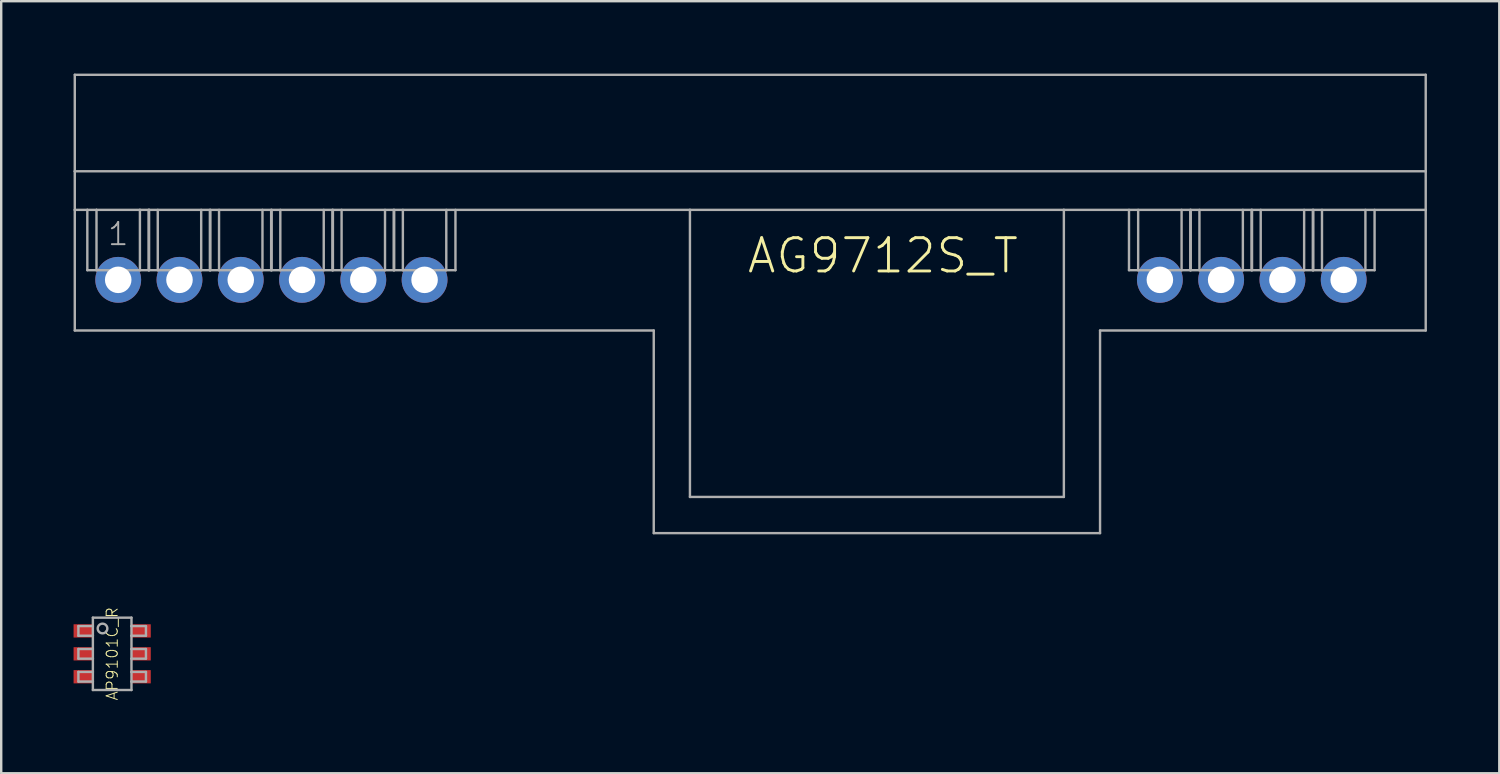
<source format=kicad_pcb>
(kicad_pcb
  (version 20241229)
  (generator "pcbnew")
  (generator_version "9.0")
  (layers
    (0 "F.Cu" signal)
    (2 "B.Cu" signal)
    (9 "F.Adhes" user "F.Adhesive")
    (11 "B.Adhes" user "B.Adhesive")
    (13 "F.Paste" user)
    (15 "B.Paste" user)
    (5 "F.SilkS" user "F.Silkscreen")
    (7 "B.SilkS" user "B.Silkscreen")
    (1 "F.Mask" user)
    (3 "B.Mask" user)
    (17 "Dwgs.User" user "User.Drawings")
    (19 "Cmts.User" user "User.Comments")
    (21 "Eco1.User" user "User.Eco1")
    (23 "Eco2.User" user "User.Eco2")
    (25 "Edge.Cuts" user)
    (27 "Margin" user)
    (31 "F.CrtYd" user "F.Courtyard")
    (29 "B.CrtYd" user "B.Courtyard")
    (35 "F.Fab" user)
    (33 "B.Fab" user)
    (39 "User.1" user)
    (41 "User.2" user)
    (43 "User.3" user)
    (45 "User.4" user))
  (footprint "AG9712S_T"
    (layer "F.Cu")
    (at 28.05 8.55)
    (property "Reference" "AG9712S_T" (at 5.5 -1 0) (unlocked yes) (layer "F.SilkS") (effects (font (size 1.38 1.38) (thickness 0.12))))
    (fp_line (start -28 -8.5) (end 28 -8.5) (stroke (width 0.1) (type solid)) (layer "F.Fab"))
    (fp_line (start -28 -4.5) (end -28 -8.5) (stroke (width 0.1) (type solid)) (layer "F.Fab"))
    (fp_line (start -28 -4.5) (end 28 -4.5) (stroke (width 0.1) (type solid)) (layer "F.Fab"))
    (fp_line (start -28 -2.9) (end -28 -4.5) (stroke (width 0.1) (type solid)) (layer "F.Fab"))
    (fp_line (start -28 -2.9) (end -27.48 -2.9) (stroke (width 0.1) (type solid)) (layer "F.Fab"))
    (fp_line (start -28 2.1) (end -28 -2.9) (stroke (width 0.1) (type solid)) (layer "F.Fab"))
    (fp_line (start -28 2.1) (end -4 2.1) (stroke (width 0.1) (type solid)) (layer "F.Fab"))
    (fp_line (start -27.48 -2.9) (end -27.1 -2.9) (stroke (width 0.1) (type solid)) (layer "F.Fab"))
    (fp_line (start -27.48 -0.4) (end -27.48 -2.9) (stroke (width 0.1) (type solid)) (layer "F.Fab"))
    (fp_line (start -27.1 -2.9) (end -25.3 -2.9) (stroke (width 0.1) (type solid)) (layer "F.Fab"))
    (fp_line (start -27.1 -0.4) (end -27.48 -0.4) (stroke (width 0.1) (type solid)) (layer "F.Fab"))
    (fp_line (start -27.1 -0.4) (end -27.1 -2.9) (stroke (width 0.1) (type solid)) (layer "F.Fab"))
    (fp_line (start -26.6 -0.4) (end -27.1 -0.4) (stroke (width 0.1) (type solid)) (layer "F.Fab"))
    (fp_line (start -26.6 -0.4) (end -25.8 -0.4) (stroke (width 0.1) (type solid)) (layer "F.Fab"))
    (fp_line (start -26.6 0.2) (end -26.6 -0.4) (stroke (width 0.1) (type solid)) (layer "F.Fab"))
    (fp_line (start -26.6 0.2) (end -25.8 0.2) (stroke (width 0.1) (type solid)) (layer "F.Fab"))
    (fp_line (start -25.8 -0.4) (end -25.8 0.2) (stroke (width 0.1) (type solid)) (layer "F.Fab"))
    (fp_line (start -25.8 -0.4) (end -25.3 -0.4) (stroke (width 0.1) (type solid)) (layer "F.Fab"))
    (fp_line (start -25.3 -2.9) (end -24.92 -2.9) (stroke (width 0.1) (type solid)) (layer "F.Fab"))
    (fp_line (start -25.3 -0.4) (end -25.3 -2.9) (stroke (width 0.1) (type solid)) (layer "F.Fab"))
    (fp_line (start -25.3 -0.4) (end -24.92 -0.4) (stroke (width 0.1) (type solid)) (layer "F.Fab"))
    (fp_line (start -24.94 -0.4) (end -24.94 -2.9) (stroke (width 0.1) (type solid)) (layer "F.Fab"))
    (fp_line (start -24.92 -2.9) (end -2.5 -2.9) (stroke (width 0.1) (type solid)) (layer "F.Fab"))
    (fp_line (start -24.92 -0.4) (end -24.92 -2.9) (stroke (width 0.1) (type solid)) (layer "F.Fab"))
    (fp_line (start -24.56 -0.4) (end -24.94 -0.4) (stroke (width 0.1) (type solid)) (layer "F.Fab"))
    (fp_line (start -24.56 -0.4) (end -24.56 -2.9) (stroke (width 0.1) (type solid)) (layer "F.Fab"))
    (fp_line (start -24.06 -0.4) (end -24.56 -0.4) (stroke (width 0.1) (type solid)) (layer "F.Fab"))
    (fp_line (start -24.06 -0.4) (end -23.26 -0.4) (stroke (width 0.1) (type solid)) (layer "F.Fab"))
    (fp_line (start -24.06 0.2) (end -24.06 -0.4) (stroke (width 0.1) (type solid)) (layer "F.Fab"))
    (fp_line (start -24.06 0.2) (end -23.26 0.2) (stroke (width 0.1) (type solid)) (layer "F.Fab"))
    (fp_line (start -23.26 -0.4) (end -23.26 0.2) (stroke (width 0.1) (type solid)) (layer "F.Fab"))
    (fp_line (start -23.26 -0.4) (end -22.76 -0.4) (stroke (width 0.1) (type solid)) (layer "F.Fab"))
    (fp_line (start -22.76 -0.4) (end -22.76 -2.9) (stroke (width 0.1) (type solid)) (layer "F.Fab"))
    (fp_line (start -22.76 -0.4) (end -22.38 -0.4) (stroke (width 0.1) (type solid)) (layer "F.Fab"))
    (fp_line (start -22.4 -0.4) (end -22.4 -2.9) (stroke (width 0.1) (type solid)) (layer "F.Fab"))
    (fp_line (start -22.38 -0.4) (end -22.38 -2.9) (stroke (width 0.1) (type solid)) (layer "F.Fab"))
    (fp_line (start -22.02 -0.4) (end -22.4 -0.4) (stroke (width 0.1) (type solid)) (layer "F.Fab"))
    (fp_line (start -22.02 -0.4) (end -22.02 -2.9) (stroke (width 0.1) (type solid)) (layer "F.Fab"))
    (fp_line (start -21.52 -0.4) (end -22.02 -0.4) (stroke (width 0.1) (type solid)) (layer "F.Fab"))
    (fp_line (start -21.52 -0.4) (end -20.72 -0.4) (stroke (width 0.1) (type solid)) (layer "F.Fab"))
    (fp_line (start -21.52 0.2) (end -21.52 -0.4) (stroke (width 0.1) (type solid)) (layer "F.Fab"))
    (fp_line (start -21.52 0.2) (end -20.72 0.2) (stroke (width 0.1) (type solid)) (layer "F.Fab"))
    (fp_line (start -20.72 -0.4) (end -20.72 0.2) (stroke (width 0.1) (type solid)) (layer "F.Fab"))
    (fp_line (start -20.72 -0.4) (end -20.22 -0.4) (stroke (width 0.1) (type solid)) (layer "F.Fab"))
    (fp_line (start -20.22 -0.4) (end -20.22 -2.9) (stroke (width 0.1) (type solid)) (layer "F.Fab"))
    (fp_line (start -20.22 -0.4) (end -19.84 -0.4) (stroke (width 0.1) (type solid)) (layer "F.Fab"))
    (fp_line (start -19.86 -0.4) (end -19.86 -2.9) (stroke (width 0.1) (type solid)) (layer "F.Fab"))
    (fp_line (start -19.84 -0.4) (end -19.84 -2.9) (stroke (width 0.1) (type solid)) (layer "F.Fab"))
    (fp_line (start -19.48 -0.4) (end -19.86 -0.4) (stroke (width 0.1) (type solid)) (layer "F.Fab"))
    (fp_line (start -19.48 -0.4) (end -19.48 -2.9) (stroke (width 0.1) (type solid)) (layer "F.Fab"))
    (fp_line (start -18.98 -0.4) (end -19.48 -0.4) (stroke (width 0.1) (type solid)) (layer "F.Fab"))
    (fp_line (start -18.98 -0.4) (end -18.18 -0.4) (stroke (width 0.1) (type solid)) (layer "F.Fab"))
    (fp_line (start -18.98 0.2) (end -18.98 -0.4) (stroke (width 0.1) (type solid)) (layer "F.Fab"))
    (fp_line (start -18.98 0.2) (end -18.18 0.2) (stroke (width 0.1) (type solid)) (layer "F.Fab"))
    (fp_line (start -18.18 -0.4) (end -18.18 0.2) (stroke (width 0.1) (type solid)) (layer "F.Fab"))
    (fp_line (start -18.18 -0.4) (end -17.68 -0.4) (stroke (width 0.1) (type solid)) (layer "F.Fab"))
    (fp_line (start -17.68 -0.4) (end -17.68 -2.9) (stroke (width 0.1) (type solid)) (layer "F.Fab"))
    (fp_line (start -17.68 -0.4) (end -17.3 -0.4) (stroke (width 0.1) (type solid)) (layer "F.Fab"))
    (fp_line (start -17.32 -0.4) (end -17.32 -2.9) (stroke (width 0.1) (type solid)) (layer "F.Fab"))
    (fp_line (start -17.3 -0.4) (end -17.3 -2.9) (stroke (width 0.1) (type solid)) (layer "F.Fab"))
    (fp_line (start -16.94 -0.4) (end -17.32 -0.4) (stroke (width 0.1) (type solid)) (layer "F.Fab"))
    (fp_line (start -16.94 -0.4) (end -16.94 -2.9) (stroke (width 0.1) (type solid)) (layer "F.Fab"))
    (fp_line (start -16.44 -0.4) (end -16.94 -0.4) (stroke (width 0.1) (type solid)) (layer "F.Fab"))
    (fp_line (start -16.44 -0.4) (end -15.64 -0.4) (stroke (width 0.1) (type solid)) (layer "F.Fab"))
    (fp_line (start -16.44 0.2) (end -16.44 -0.4) (stroke (width 0.1) (type solid)) (layer "F.Fab"))
    (fp_line (start -16.44 0.2) (end -15.64 0.2) (stroke (width 0.1) (type solid)) (layer "F.Fab"))
    (fp_line (start -15.64 -0.4) (end -15.64 0.2) (stroke (width 0.1) (type solid)) (layer "F.Fab"))
    (fp_line (start -15.64 -0.4) (end -15.14 -0.4) (stroke (width 0.1) (type solid)) (layer "F.Fab"))
    (fp_line (start -15.14 -0.4) (end -15.14 -2.9) (stroke (width 0.1) (type solid)) (layer "F.Fab"))
    (fp_line (start -15.14 -0.4) (end -14.76 -0.4) (stroke (width 0.1) (type solid)) (layer "F.Fab"))
    (fp_line (start -14.78 -0.4) (end -14.78 -2.9) (stroke (width 0.1) (type solid)) (layer "F.Fab"))
    (fp_line (start -14.76 -0.4) (end -14.76 -2.9) (stroke (width 0.1) (type solid)) (layer "F.Fab"))
    (fp_line (start -14.4 -0.4) (end -14.78 -0.4) (stroke (width 0.1) (type solid)) (layer "F.Fab"))
    (fp_line (start -14.4 -0.4) (end -14.4 -2.9) (stroke (width 0.1) (type solid)) (layer "F.Fab"))
    (fp_line (start -13.9 -0.4) (end -14.4 -0.4) (stroke (width 0.1) (type solid)) (layer "F.Fab"))
    (fp_line (start -13.9 -0.4) (end -13.1 -0.4) (stroke (width 0.1) (type solid)) (layer "F.Fab"))
    (fp_line (start -13.9 0.2) (end -13.9 -0.4) (stroke (width 0.1) (type solid)) (layer "F.Fab"))
    (fp_line (start -13.9 0.2) (end -13.1 0.2) (stroke (width 0.1) (type solid)) (layer "F.Fab"))
    (fp_line (start -13.1 -0.4) (end -13.1 0.2) (stroke (width 0.1) (type solid)) (layer "F.Fab"))
    (fp_line (start -13.1 -0.4) (end -12.6 -0.4) (stroke (width 0.1) (type solid)) (layer "F.Fab"))
    (fp_line (start -12.6 -0.4) (end -12.6 -2.9) (stroke (width 0.1) (type solid)) (layer "F.Fab"))
    (fp_line (start -12.6 -0.4) (end -12.22 -0.4) (stroke (width 0.1) (type solid)) (layer "F.Fab"))
    (fp_line (start -12.22 -0.4) (end -12.22 -2.9) (stroke (width 0.1) (type solid)) (layer "F.Fab"))
    (fp_line (start -4 10.5) (end -4 2.1) (stroke (width 0.1) (type solid)) (layer "F.Fab"))
    (fp_line (start -2.5 -2.9) (end 13 -2.9) (stroke (width 0.1) (type solid)) (layer "F.Fab"))
    (fp_line (start -2.5 9) (end -2.5 -2.9) (stroke (width 0.1) (type solid)) (layer "F.Fab"))
    (fp_line (start -2.5 9) (end 13 9) (stroke (width 0.1) (type solid)) (layer "F.Fab"))
    (fp_line (start 13 -2.9) (end 28 -2.9) (stroke (width 0.1) (type solid)) (layer "F.Fab"))
    (fp_line (start 13 9) (end 13 -2.9) (stroke (width 0.1) (type solid)) (layer "F.Fab"))
    (fp_line (start 14.5 2.1) (end 14.5 10.5) (stroke (width 0.1) (type solid)) (layer "F.Fab"))
    (fp_line (start 14.5 2.1) (end 28 2.1) (stroke (width 0.1) (type solid)) (layer "F.Fab"))
    (fp_line (start 14.5 10.5) (end -4 10.5) (stroke (width 0.1) (type solid)) (layer "F.Fab"))
    (fp_line (start 15.7 -0.4) (end 15.7 -2.9) (stroke (width 0.1) (type solid)) (layer "F.Fab"))
    (fp_line (start 16.08 -0.4) (end 15.7 -0.4) (stroke (width 0.1) (type solid)) (layer "F.Fab"))
    (fp_line (start 16.08 -0.4) (end 16.08 -2.9) (stroke (width 0.1) (type solid)) (layer "F.Fab"))
    (fp_line (start 16.58 -0.4) (end 16.08 -0.4) (stroke (width 0.1) (type solid)) (layer "F.Fab"))
    (fp_line (start 16.58 -0.4) (end 17.38 -0.4) (stroke (width 0.1) (type solid)) (layer "F.Fab"))
    (fp_line (start 16.58 0.2) (end 16.58 -0.4) (stroke (width 0.1) (type solid)) (layer "F.Fab"))
    (fp_line (start 16.58 0.2) (end 17.38 0.2) (stroke (width 0.1) (type solid)) (layer "F.Fab"))
    (fp_line (start 17.38 -0.4) (end 17.38 0.2) (stroke (width 0.1) (type solid)) (layer "F.Fab"))
    (fp_line (start 17.38 -0.4) (end 17.88 -0.4) (stroke (width 0.1) (type solid)) (layer "F.Fab"))
    (fp_line (start 17.88 -0.4) (end 17.88 -2.9) (stroke (width 0.1) (type solid)) (layer "F.Fab"))
    (fp_line (start 17.88 -0.4) (end 18.26 -0.4) (stroke (width 0.1) (type solid)) (layer "F.Fab"))
    (fp_line (start 18.24 -0.4) (end 18.24 -2.9) (stroke (width 0.1) (type solid)) (layer "F.Fab"))
    (fp_line (start 18.26 -0.4) (end 18.26 -2.9) (stroke (width 0.1) (type solid)) (layer "F.Fab"))
    (fp_line (start 18.62 -0.4) (end 18.24 -0.4) (stroke (width 0.1) (type solid)) (layer "F.Fab"))
    (fp_line (start 18.62 -0.4) (end 18.62 -2.9) (stroke (width 0.1) (type solid)) (layer "F.Fab"))
    (fp_line (start 19.12 -0.4) (end 18.62 -0.4) (stroke (width 0.1) (type solid)) (layer "F.Fab"))
    (fp_line (start 19.12 -0.4) (end 19.92 -0.4) (stroke (width 0.1) (type solid)) (layer "F.Fab"))
    (fp_line (start 19.12 0.2) (end 19.12 -0.4) (stroke (width 0.1) (type solid)) (layer "F.Fab"))
    (fp_line (start 19.12 0.2) (end 19.92 0.2) (stroke (width 0.1) (type solid)) (layer "F.Fab"))
    (fp_line (start 19.92 -0.4) (end 19.92 0.2) (stroke (width 0.1) (type solid)) (layer "F.Fab"))
    (fp_line (start 19.92 -0.4) (end 20.42 -0.4) (stroke (width 0.1) (type solid)) (layer "F.Fab"))
    (fp_line (start 20.42 -0.4) (end 20.42 -2.9) (stroke (width 0.1) (type solid)) (layer "F.Fab"))
    (fp_line (start 20.42 -0.4) (end 20.8 -0.4) (stroke (width 0.1) (type solid)) (layer "F.Fab"))
    (fp_line (start 20.78 -0.4) (end 20.78 -2.9) (stroke (width 0.1) (type solid)) (layer "F.Fab"))
    (fp_line (start 20.8 -0.4) (end 20.8 -2.9) (stroke (width 0.1) (type solid)) (layer "F.Fab"))
    (fp_line (start 21.16 -0.4) (end 20.78 -0.4) (stroke (width 0.1) (type solid)) (layer "F.Fab"))
    (fp_line (start 21.16 -0.4) (end 21.16 -2.9) (stroke (width 0.1) (type solid)) (layer "F.Fab"))
    (fp_line (start 21.66 -0.4) (end 21.16 -0.4) (stroke (width 0.1) (type solid)) (layer "F.Fab"))
    (fp_line (start 21.66 -0.4) (end 22.46 -0.4) (stroke (width 0.1) (type solid)) (layer "F.Fab"))
    (fp_line (start 21.66 0.2) (end 21.66 -0.4) (stroke (width 0.1) (type solid)) (layer "F.Fab"))
    (fp_line (start 21.66 0.2) (end 22.46 0.2) (stroke (width 0.1) (type solid)) (layer "F.Fab"))
    (fp_line (start 22.46 -0.4) (end 22.46 0.2) (stroke (width 0.1) (type solid)) (layer "F.Fab"))
    (fp_line (start 22.46 -0.4) (end 22.96 -0.4) (stroke (width 0.1) (type solid)) (layer "F.Fab"))
    (fp_line (start 22.96 -0.4) (end 22.96 -2.9) (stroke (width 0.1) (type solid)) (layer "F.Fab"))
    (fp_line (start 22.96 -0.4) (end 23.34 -0.4) (stroke (width 0.1) (type solid)) (layer "F.Fab"))
    (fp_line (start 23.32 -0.4) (end 23.32 -2.9) (stroke (width 0.1) (type solid)) (layer "F.Fab"))
    (fp_line (start 23.34 -0.4) (end 23.34 -2.9) (stroke (width 0.1) (type solid)) (layer "F.Fab"))
    (fp_line (start 23.7 -0.4) (end 23.32 -0.4) (stroke (width 0.1) (type solid)) (layer "F.Fab"))
    (fp_line (start 23.7 -0.4) (end 23.7 -2.9) (stroke (width 0.1) (type solid)) (layer "F.Fab"))
    (fp_line (start 24.2 -0.4) (end 23.7 -0.4) (stroke (width 0.1) (type solid)) (layer "F.Fab"))
    (fp_line (start 24.2 -0.4) (end 25 -0.4) (stroke (width 0.1) (type solid)) (layer "F.Fab"))
    (fp_line (start 24.2 0.2) (end 24.2 -0.4) (stroke (width 0.1) (type solid)) (layer "F.Fab"))
    (fp_line (start 24.2 0.2) (end 25 0.2) (stroke (width 0.1) (type solid)) (layer "F.Fab"))
    (fp_line (start 25 -0.4) (end 25 0.2) (stroke (width 0.1) (type solid)) (layer "F.Fab"))
    (fp_line (start 25 -0.4) (end 25.5 -0.4) (stroke (width 0.1) (type solid)) (layer "F.Fab"))
    (fp_line (start 25.5 -0.4) (end 25.5 -2.9) (stroke (width 0.1) (type solid)) (layer "F.Fab"))
    (fp_line (start 25.5 -0.4) (end 25.88 -0.4) (stroke (width 0.1) (type solid)) (layer "F.Fab"))
    (fp_line (start 25.88 -0.4) (end 25.88 -2.9) (stroke (width 0.1) (type solid)) (layer "F.Fab"))
    (fp_line (start 28 -8.5) (end 28 -4.5) (stroke (width 0.1) (type solid)) (layer "F.Fab"))
    (fp_line (start 28 -4.5) (end 28 -2.9) (stroke (width 0.1) (type solid)) (layer "F.Fab"))
    (fp_line (start 28 -2.9) (end 28 2.1) (stroke (width 0.1) (type solid)) (layer "F.Fab"))
    (fp_text user "1" (at -26.2 -1.9 0) (layer "F.Fab") (effects (font (size 0.92 0.92) (thickness 0.08))))
    (pad "1" thru_hole circle (at -26.2 0) (size 1.9 1.9) (drill 1.1) (layers "*.Cu" "*.Mask"))
    (pad "2" thru_hole circle (at -23.66 0) (size 1.9 1.9) (drill 1.1) (layers "*.Cu" "*.Mask"))
    (pad "3" thru_hole circle (at -21.12 0) (size 1.9 1.9) (drill 1.1) (layers "*.Cu" "*.Mask"))
    (pad "4" thru_hole circle (at -18.58 0) (size 1.9 1.9) (drill 1.1) (layers "*.Cu" "*.Mask"))
    (pad "5" thru_hole circle (at -16.04 0) (size 1.9 1.9) (drill 1.1) (layers "*.Cu" "*.Mask"))
    (pad "6" thru_hole circle (at -13.5 0) (size 1.9 1.9) (drill 1.1) (layers "*.Cu" "*.Mask"))
    (pad "7" thru_hole circle (at 16.98 0) (size 1.9 1.9) (drill 1.1) (layers "*.Cu" "*.Mask"))
    (pad "8" thru_hole circle (at 19.52 0) (size 1.9 1.9) (drill 1.1) (layers "*.Cu" "*.Mask"))
    (pad "9" thru_hole circle (at 22.06 0) (size 1.9 1.9) (drill 1.1) (layers "*.Cu" "*.Mask"))
    (pad "10" thru_hole circle (at 24.6 0) (size 1.9 1.9) (drill 1.1) (layers "*.Cu" "*.Mask")))
  (footprint "AP9101C_R"
    (layer "F.Cu")
    (at 1.6 24.053)
    (property "Reference" "AP9101C_R" (at 0 0 90) (unlocked yes) (layer "F.SilkS") (effects (font (size 0.46 0.46) (thickness 0.04))))
    (fp_poly (pts (xy -0.8 -0.675) (xy -1.6 -0.675) (xy -1.6 -1.225) (xy -0.8 -1.225)) (stroke (width 0) (type default)) (fill yes) (layer "F.Paste"))
    (fp_poly (pts (xy -0.8 0.275) (xy -1.6 0.275) (xy -1.6 -0.275) (xy -0.8 -0.275)) (stroke (width 0) (type default)) (fill yes) (layer "F.Paste"))
    (fp_poly (pts (xy -0.8 1.225) (xy -1.6 1.225) (xy -1.6 0.675) (xy -0.8 0.675)) (stroke (width 0) (type default)) (fill yes) (layer "F.Paste"))
    (fp_poly (pts (xy 1.6 -0.675) (xy 0.8 -0.675) (xy 0.8 -1.225) (xy 1.6 -1.225)) (stroke (width 0) (type default)) (fill yes) (layer "F.Paste"))
    (fp_poly (pts (xy 1.6 0.275) (xy 0.8 0.275) (xy 0.8 -0.275) (xy 1.6 -0.275)) (stroke (width 0) (type default)) (fill yes) (layer "F.Paste"))
    (fp_poly (pts (xy 1.6 1.225) (xy 0.8 1.225) (xy 0.8 0.675) (xy 1.6 0.675)) (stroke (width 0) (type default)) (fill yes) (layer "F.Paste"))
    (fp_line (start -1.4 -1.15) (end -1.4 -0.75) (stroke (width 0.1) (type solid)) (layer "F.Fab"))
    (fp_line (start -1.4 -0.75) (end -0.8 -0.75) (stroke (width 0.1) (type solid)) (layer "F.Fab"))
    (fp_line (start -1.4 -0.2) (end -1.4 0.2) (stroke (width 0.1) (type solid)) (layer "F.Fab"))
    (fp_line (start -1.4 0.75) (end -1.4 1.15) (stroke (width 0.1) (type solid)) (layer "F.Fab"))
    (fp_line (start -0.8 -1.5) (end 0.8 -1.5) (stroke (width 0.1) (type solid)) (layer "F.Fab"))
    (fp_line (start -0.8 -1.15) (end -1.4 -1.15) (stroke (width 0.1) (type solid)) (layer "F.Fab"))
    (fp_line (start -0.8 -1.15) (end -0.8 -1.5) (stroke (width 0.1) (type solid)) (layer "F.Fab"))
    (fp_line (start -0.8 -0.75) (end -0.8 -1.15) (stroke (width 0.1) (type solid)) (layer "F.Fab"))
    (fp_line (start -0.8 -0.2) (end -1.4 -0.2) (stroke (width 0.1) (type solid)) (layer "F.Fab"))
    (fp_line (start -0.8 -0.2) (end -0.8 -0.75) (stroke (width 0.1) (type solid)) (layer "F.Fab"))
    (fp_line (start -0.8 0.2) (end -1.4 0.2) (stroke (width 0.1) (type solid)) (layer "F.Fab"))
    (fp_line (start -0.8 0.2) (end -0.8 -0.2) (stroke (width 0.1) (type solid)) (layer "F.Fab"))
    (fp_line (start -0.8 0.75) (end -1.4 0.75) (stroke (width 0.1) (type solid)) (layer "F.Fab"))
    (fp_line (start -0.8 0.75) (end -0.8 0.2) (stroke (width 0.1) (type solid)) (layer "F.Fab"))
    (fp_line (start -0.8 1.15) (end -1.4 1.15) (stroke (width 0.1) (type solid)) (layer "F.Fab"))
    (fp_line (start -0.8 1.15) (end -0.8 0.75) (stroke (width 0.1) (type solid)) (layer "F.Fab"))
    (fp_line (start -0.8 1.5) (end -0.8 1.15) (stroke (width 0.1) (type solid)) (layer "F.Fab"))
    (fp_line (start 0.8 -1.5) (end 0.8 -1.15) (stroke (width 0.1) (type solid)) (layer "F.Fab"))
    (fp_line (start 0.8 -1.15) (end 0.8 -0.75) (stroke (width 0.1) (type solid)) (layer "F.Fab"))
    (fp_line (start 0.8 -0.75) (end 0.8 -0.2) (stroke (width 0.1) (type solid)) (layer "F.Fab"))
    (fp_line (start 0.8 -0.2) (end 0.8 0.2) (stroke (width 0.1) (type solid)) (layer "F.Fab"))
    (fp_line (start 0.8 0.2) (end 0.8 0.75) (stroke (width 0.1) (type solid)) (layer "F.Fab"))
    (fp_line (start 0.8 0.75) (end 0.8 1.15) (stroke (width 0.1) (type solid)) (layer "F.Fab"))
    (fp_line (start 0.8 1.15) (end 0.8 1.5) (stroke (width 0.1) (type solid)) (layer "F.Fab"))
    (fp_line (start 0.8 1.5) (end -0.8 1.5) (stroke (width 0.1) (type solid)) (layer "F.Fab"))
    (fp_line (start 1.4 -1.15) (end 0.8 -1.15) (stroke (width 0.1) (type solid)) (layer "F.Fab"))
    (fp_line (start 1.4 -1.15) (end 1.4 -0.75) (stroke (width 0.1) (type solid)) (layer "F.Fab"))
    (fp_line (start 1.4 -0.75) (end 0.8 -0.75) (stroke (width 0.1) (type solid)) (layer "F.Fab"))
    (fp_line (start 1.4 -0.2) (end 0.8 -0.2) (stroke (width 0.1) (type solid)) (layer "F.Fab"))
    (fp_line (start 1.4 -0.2) (end 1.4 0.2) (stroke (width 0.1) (type solid)) (layer "F.Fab"))
    (fp_line (start 1.4 0.2) (end 0.8 0.2) (stroke (width 0.1) (type solid)) (layer "F.Fab"))
    (fp_line (start 1.4 0.75) (end 0.8 0.75) (stroke (width 0.1) (type solid)) (layer "F.Fab"))
    (fp_line (start 1.4 0.75) (end 1.4 1.15) (stroke (width 0.1) (type solid)) (layer "F.Fab"))
    (fp_line (start 1.4 1.15) (end 0.8 1.15) (stroke (width 0.1) (type solid)) (layer "F.Fab"))
    (fp_circle (center -0.4 -1.05) (end -0.2 -1.05) (stroke (width 0.1) (type solid)) (fill no) (layer "F.Fab"))
    (pad "1" smd rect (at -1.2 -0.95) (size 0.8 0.55) (layers "F.Cu" "F.Mask"))
    (pad "2" smd rect (at -1.2 0) (size 0.8 0.55) (layers "F.Cu" "F.Mask"))
    (pad "3" smd rect (at -1.2 0.95) (size 0.8 0.55) (layers "F.Cu" "F.Mask"))
    (pad "4" smd rect (at 1.2 0.95) (size 0.8 0.55) (layers "F.Cu" "F.Mask"))
    (pad "5" smd rect (at 1.2 0) (size 0.8 0.55) (layers "F.Cu" "F.Mask"))
    (pad "6" smd rect (at 1.2 -0.95) (size 0.8 0.55) (layers "F.Cu" "F.Mask")))
  (gr_rect
    (start -3 -3)
    (end 59.1 29.005)
    (stroke (width 0.1) (type default))
    (fill no)
    (layer "Edge.Cuts")))
</source>
